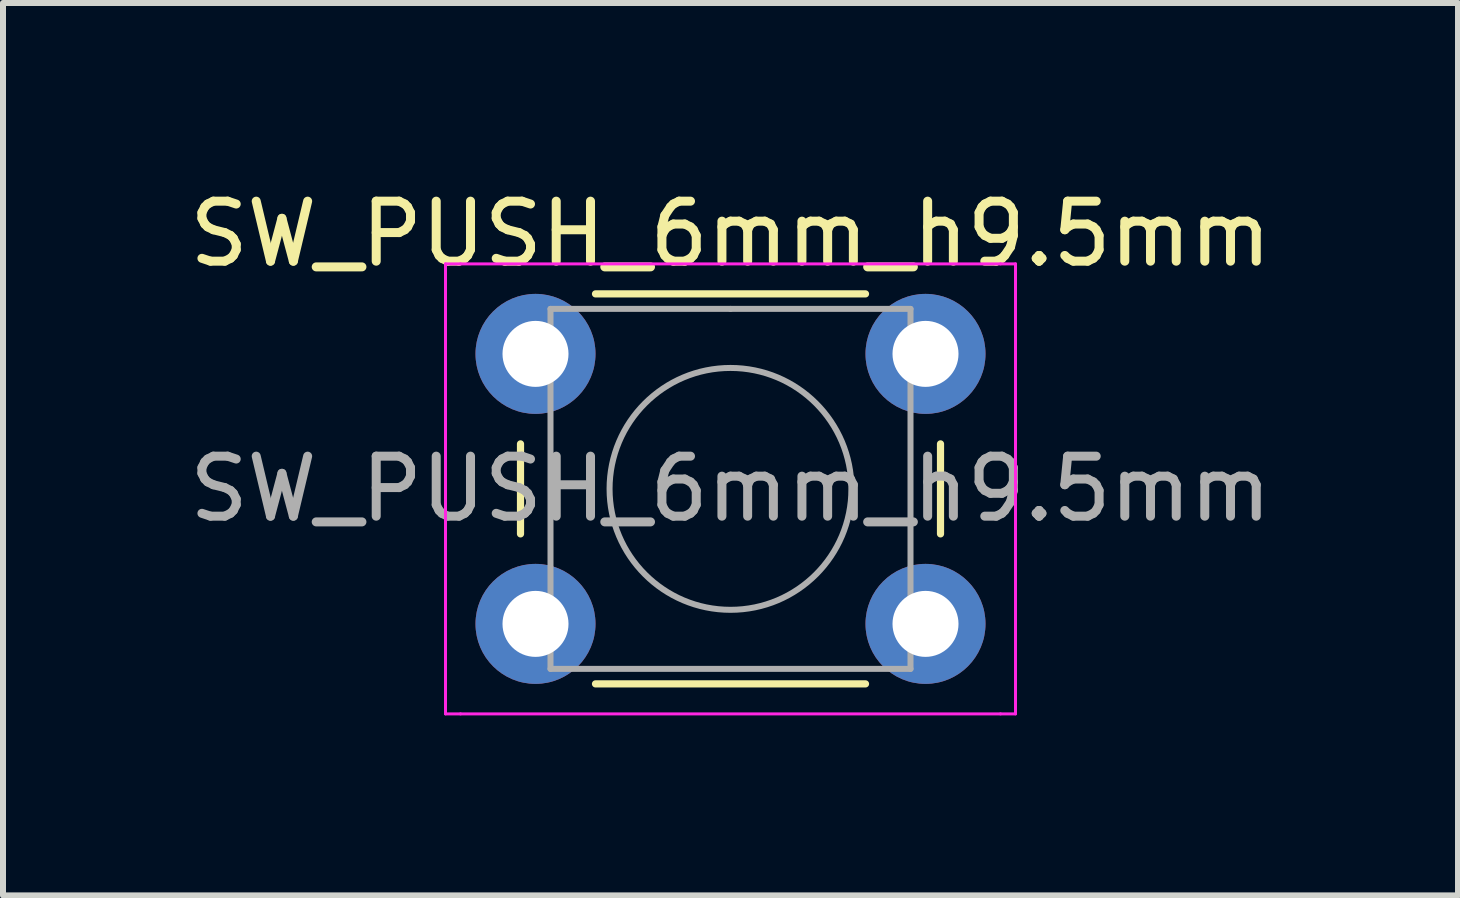
<source format=kicad_pcb>
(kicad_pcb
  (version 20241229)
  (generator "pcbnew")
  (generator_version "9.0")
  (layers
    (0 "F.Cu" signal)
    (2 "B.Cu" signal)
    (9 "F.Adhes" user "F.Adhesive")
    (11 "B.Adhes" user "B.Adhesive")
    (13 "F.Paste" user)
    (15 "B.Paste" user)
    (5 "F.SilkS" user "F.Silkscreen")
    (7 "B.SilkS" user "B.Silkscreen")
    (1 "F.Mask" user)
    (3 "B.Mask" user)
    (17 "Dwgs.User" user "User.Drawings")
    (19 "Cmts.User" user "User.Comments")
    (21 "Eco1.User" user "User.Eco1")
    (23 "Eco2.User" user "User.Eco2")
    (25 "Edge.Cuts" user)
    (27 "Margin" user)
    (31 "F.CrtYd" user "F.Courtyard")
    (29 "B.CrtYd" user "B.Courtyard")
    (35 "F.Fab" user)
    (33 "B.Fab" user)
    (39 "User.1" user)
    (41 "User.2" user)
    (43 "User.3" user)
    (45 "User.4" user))
  (footprint "SW_PUSH_6mm_h9.5mm"
    (layer "F.Cu")
    (at 5.875 2.848)
    (property "Reference" "SW_PUSH_6mm_h9.5mm" (at 3.25 -2 0) (layer "F.SilkS") (effects (font (size 1 1) (thickness 0.15))))
    (attr through_hole)
    (fp_line (start -0.25 1.5) (end -0.25 3) (stroke (width 0.12) (type solid)) (layer "F.SilkS"))
    (fp_line (start 1 5.5) (end 5.5 5.5) (stroke (width 0.12) (type solid)) (layer "F.SilkS"))
    (fp_line (start 5.5 -1) (end 1 -1) (stroke (width 0.12) (type solid)) (layer "F.SilkS"))
    (fp_line (start 6.75 3) (end 6.75 1.5) (stroke (width 0.12) (type solid)) (layer "F.SilkS"))
    (fp_line (start -1.5 -1.5) (end -1.25 -1.5) (stroke (width 0.05) (type solid)) (layer "F.CrtYd"))
    (fp_line (start -1.5 -1.25) (end -1.5 -1.5) (stroke (width 0.05) (type solid)) (layer "F.CrtYd"))
    (fp_line (start -1.5 5.75) (end -1.5 -1.25) (stroke (width 0.05) (type solid)) (layer "F.CrtYd"))
    (fp_line (start -1.5 5.75) (end -1.5 6) (stroke (width 0.05) (type solid)) (layer "F.CrtYd"))
    (fp_line (start -1.5 6) (end -1.25 6) (stroke (width 0.05) (type solid)) (layer "F.CrtYd"))
    (fp_line (start -1.25 -1.5) (end 7.75 -1.5) (stroke (width 0.05) (type solid)) (layer "F.CrtYd"))
    (fp_line (start 7.75 -1.5) (end 8 -1.5) (stroke (width 0.05) (type solid)) (layer "F.CrtYd"))
    (fp_line (start 7.75 6) (end -1.25 6) (stroke (width 0.05) (type solid)) (layer "F.CrtYd"))
    (fp_line (start 7.75 6) (end 8 6) (stroke (width 0.05) (type solid)) (layer "F.CrtYd"))
    (fp_line (start 8 -1.5) (end 8 -1.25) (stroke (width 0.05) (type solid)) (layer "F.CrtYd"))
    (fp_line (start 8 -1.25) (end 8 5.75) (stroke (width 0.05) (type solid)) (layer "F.CrtYd"))
    (fp_line (start 8 6) (end 8 5.75) (stroke (width 0.05) (type solid)) (layer "F.CrtYd"))
    (fp_line (start 0.25 -0.75) (end 3.25 -0.75) (stroke (width 0.1) (type solid)) (layer "F.Fab"))
    (fp_line (start 0.25 5.25) (end 0.25 -0.75) (stroke (width 0.1) (type solid)) (layer "F.Fab"))
    (fp_line (start 3.25 -0.75) (end 6.25 -0.75) (stroke (width 0.1) (type solid)) (layer "F.Fab"))
    (fp_line (start 6.25 -0.75) (end 6.25 5.25) (stroke (width 0.1) (type solid)) (layer "F.Fab"))
    (fp_line (start 6.25 5.25) (end 0.25 5.25) (stroke (width 0.1) (type solid)) (layer "F.Fab"))
    (fp_circle (center 3.25 2.25) (end 1.25 2.5) (stroke (width 0.1) (type solid)) (fill no) (layer "F.Fab"))
    (fp_text user "${REFERENCE}" (at 3.25 2.25 0) (layer "F.Fab") (effects (font (size 1 1) (thickness 0.15))))
    (pad "1" thru_hole circle (at 0 0 90) (size 2 2) (drill 1.1) (layers "*.Cu" "*.Mask"))
    (pad "1" thru_hole circle (at 6.5 0 90) (size 2 2) (drill 1.1) (layers "*.Cu" "*.Mask"))
    (pad "2" thru_hole circle (at 0 4.5 90) (size 2 2) (drill 1.1) (layers "*.Cu" "*.Mask"))
    (pad "2" thru_hole circle (at 6.5 4.5 90) (size 2 2) (drill 1.1) (layers "*.Cu" "*.Mask")))
  (gr_rect
    (start -3 -3)
    (end 21.25 11.873)
    (stroke (width 0.1) (type default))
    (fill no)
    (layer "Edge.Cuts")))
</source>
